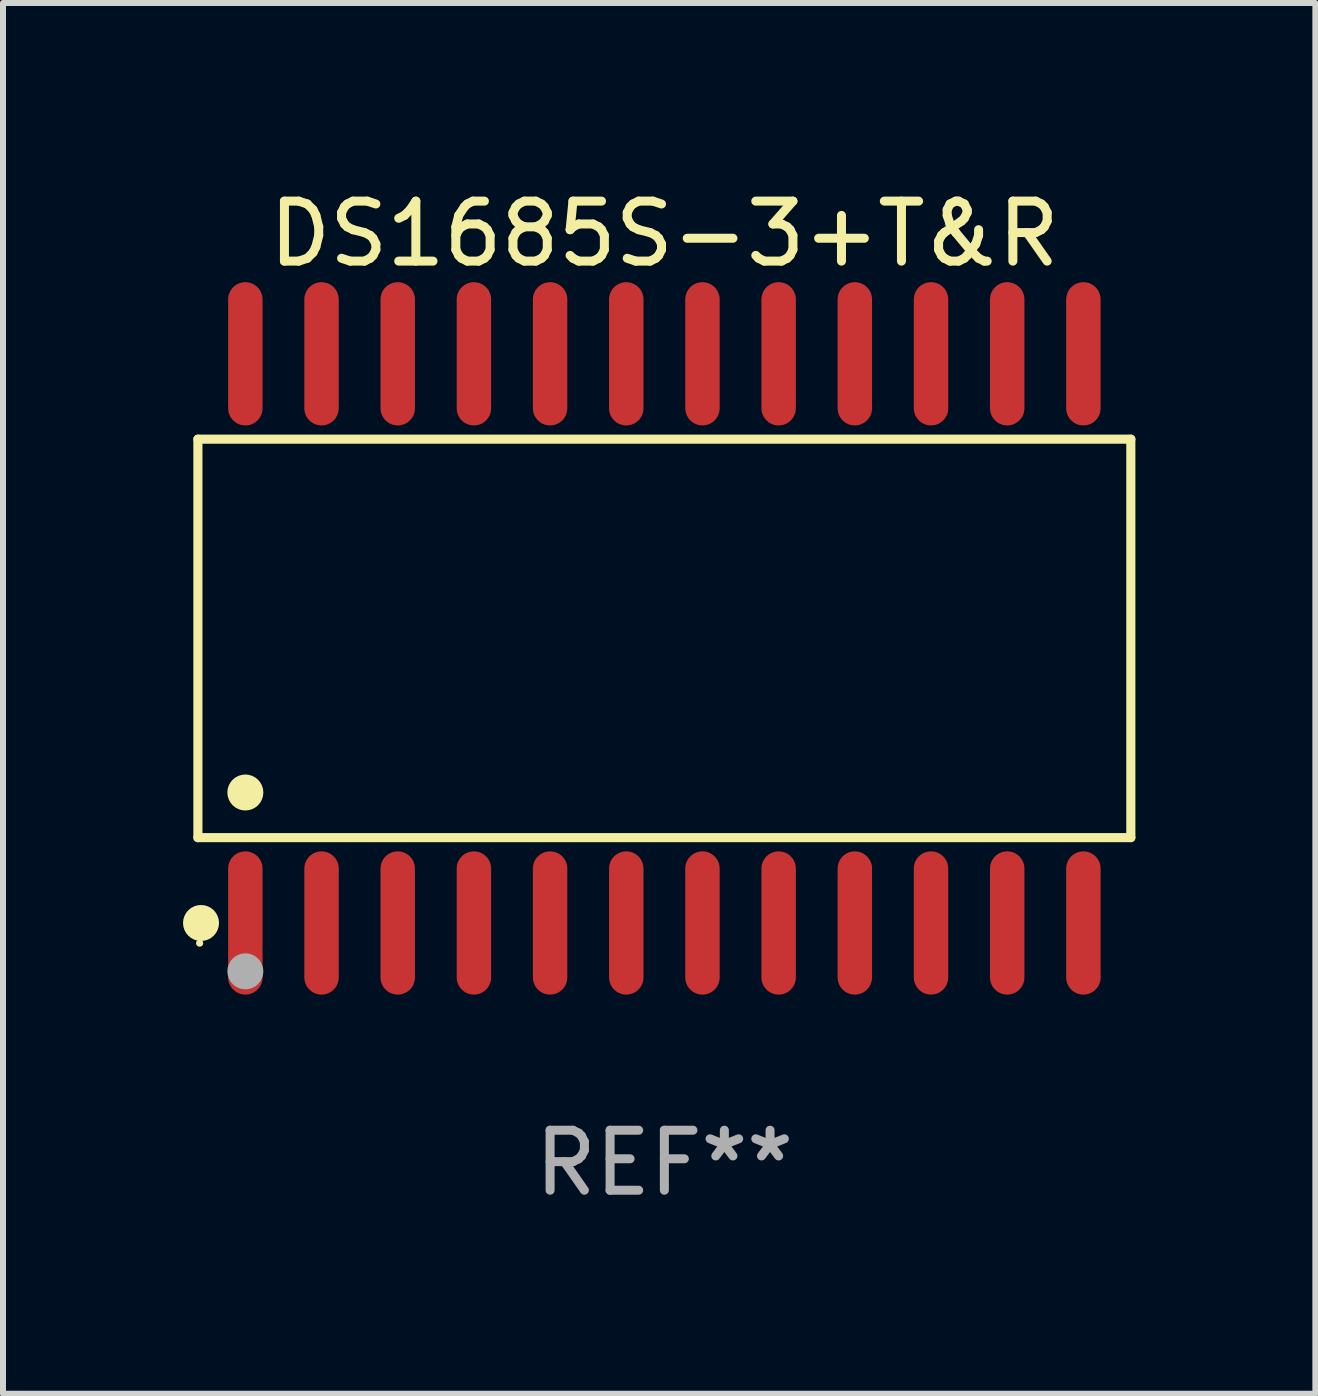
<source format=kicad_pcb>
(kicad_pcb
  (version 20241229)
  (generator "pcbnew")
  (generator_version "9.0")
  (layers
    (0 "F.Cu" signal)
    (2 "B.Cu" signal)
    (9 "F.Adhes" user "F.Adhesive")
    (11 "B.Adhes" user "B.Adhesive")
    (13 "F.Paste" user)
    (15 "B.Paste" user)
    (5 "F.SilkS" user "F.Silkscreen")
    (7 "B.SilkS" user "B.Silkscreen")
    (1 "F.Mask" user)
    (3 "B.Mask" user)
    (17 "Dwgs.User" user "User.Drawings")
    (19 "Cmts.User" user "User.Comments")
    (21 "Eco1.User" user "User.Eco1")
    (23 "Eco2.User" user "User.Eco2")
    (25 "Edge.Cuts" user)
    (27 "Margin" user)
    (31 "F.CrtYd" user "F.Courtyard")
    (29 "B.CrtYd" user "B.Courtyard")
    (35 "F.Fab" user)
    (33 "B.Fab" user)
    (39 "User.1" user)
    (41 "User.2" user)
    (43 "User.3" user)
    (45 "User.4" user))
  (footprint "DS1685S-3+T&R"
    (layer "F.Cu")
    (at 8.025 7.592)
    (property "Reference" "DS1685S-3+T&R" (at 0 -6.744 0) (layer "F.SilkS") (effects (font (size 1 1) (thickness 0.15))))
    (attr through_hole)
    (fp_line (start -7.776 -3.321) (end 7.776 -3.321) (stroke (width 0.152) (type solid)) (layer "F.SilkS"))
    (fp_line (start -7.776 3.321) (end -7.776 -3.321) (stroke (width 0.152) (type solid)) (layer "F.SilkS"))
    (fp_line (start 7.776 -3.321) (end 7.776 3.321) (stroke (width 0.152) (type solid)) (layer "F.SilkS"))
    (fp_line (start 7.776 3.321) (end -7.776 3.321) (stroke (width 0.152) (type solid)) (layer "F.SilkS"))
    (fp_circle (center -7.747 5.08) (end -7.717 5.08) (stroke (width 0.06) (type solid)) (fill no) (layer "F.SilkS"))
    (fp_circle (center -7.724 4.744) (end -7.574 4.744) (stroke (width 0.3) (type solid)) (fill no) (layer "F.SilkS"))
    (fp_circle (center -6.985 2.569) (end -6.835 2.569) (stroke (width 0.3) (type solid)) (fill no) (layer "F.SilkS"))
    (fp_circle (center -6.985 5.55) (end -6.835 5.55) (stroke (width 0.3) (type solid)) (fill no) (layer "F.Fab"))
    (fp_text user "REF**" (at 0 8.744 0) (layer "F.Fab") (effects (font (size 1 1) (thickness 0.15))))
    (pad "1" smd oval (at -6.985 4.744) (size 0.574 2.388) (layers "F.Cu" "F.Mask" "F.Paste"))
    (pad "2" smd oval (at -5.715 4.744) (size 0.574 2.388) (layers "F.Cu" "F.Mask" "F.Paste"))
    (pad "3" smd oval (at -4.445 4.744) (size 0.574 2.388) (layers "F.Cu" "F.Mask" "F.Paste"))
    (pad "4" smd oval (at -3.175 4.744) (size 0.574 2.388) (layers "F.Cu" "F.Mask" "F.Paste"))
    (pad "5" smd oval (at -1.905 4.744) (size 0.574 2.388) (layers "F.Cu" "F.Mask" "F.Paste"))
    (pad "6" smd oval (at -0.635 4.744) (size 0.574 2.388) (layers "F.Cu" "F.Mask" "F.Paste"))
    (pad "7" smd oval (at 0.635 4.744) (size 0.574 2.388) (layers "F.Cu" "F.Mask" "F.Paste"))
    (pad "8" smd oval (at 1.905 4.744) (size 0.574 2.388) (layers "F.Cu" "F.Mask" "F.Paste"))
    (pad "9" smd oval (at 3.175 4.744) (size 0.574 2.388) (layers "F.Cu" "F.Mask" "F.Paste"))
    (pad "10" smd oval (at 4.445 4.744) (size 0.574 2.388) (layers "F.Cu" "F.Mask" "F.Paste"))
    (pad "11" smd oval (at 5.715 4.744) (size 0.574 2.388) (layers "F.Cu" "F.Mask" "F.Paste"))
    (pad "12" smd oval (at 6.985 4.744) (size 0.574 2.388) (layers "F.Cu" "F.Mask" "F.Paste"))
    (pad "13" smd oval (at 6.985 -4.744) (size 0.574 2.388) (layers "F.Cu" "F.Mask" "F.Paste"))
    (pad "14" smd oval (at 5.715 -4.744) (size 0.574 2.388) (layers "F.Cu" "F.Mask" "F.Paste"))
    (pad "15" smd oval (at 4.445 -4.744) (size 0.574 2.388) (layers "F.Cu" "F.Mask" "F.Paste"))
    (pad "16" smd oval (at 3.175 -4.744) (size 0.574 2.388) (layers "F.Cu" "F.Mask" "F.Paste"))
    (pad "17" smd oval (at 1.905 -4.744) (size 0.574 2.388) (layers "F.Cu" "F.Mask" "F.Paste"))
    (pad "18" smd oval (at 0.635 -4.744) (size 0.574 2.388) (layers "F.Cu" "F.Mask" "F.Paste"))
    (pad "19" smd oval (at -0.635 -4.744) (size 0.574 2.388) (layers "F.Cu" "F.Mask" "F.Paste"))
    (pad "20" smd oval (at -1.905 -4.744) (size 0.574 2.388) (layers "F.Cu" "F.Mask" "F.Paste"))
    (pad "21" smd oval (at -3.175 -4.744) (size 0.574 2.388) (layers "F.Cu" "F.Mask" "F.Paste"))
    (pad "22" smd oval (at -4.445 -4.744) (size 0.574 2.388) (layers "F.Cu" "F.Mask" "F.Paste"))
    (pad "23" smd oval (at -5.715 -4.744) (size 0.574 2.388) (layers "F.Cu" "F.Mask" "F.Paste"))
    (pad "24" smd oval (at -6.985 -4.744) (size 0.574 2.388) (layers "F.Cu" "F.Mask" "F.Paste")))
  (gr_rect
    (start -3 -3)
    (end 18.877 20.184)
    (stroke (width 0.1) (type default))
    (fill no)
    (layer "Edge.Cuts")))
</source>
